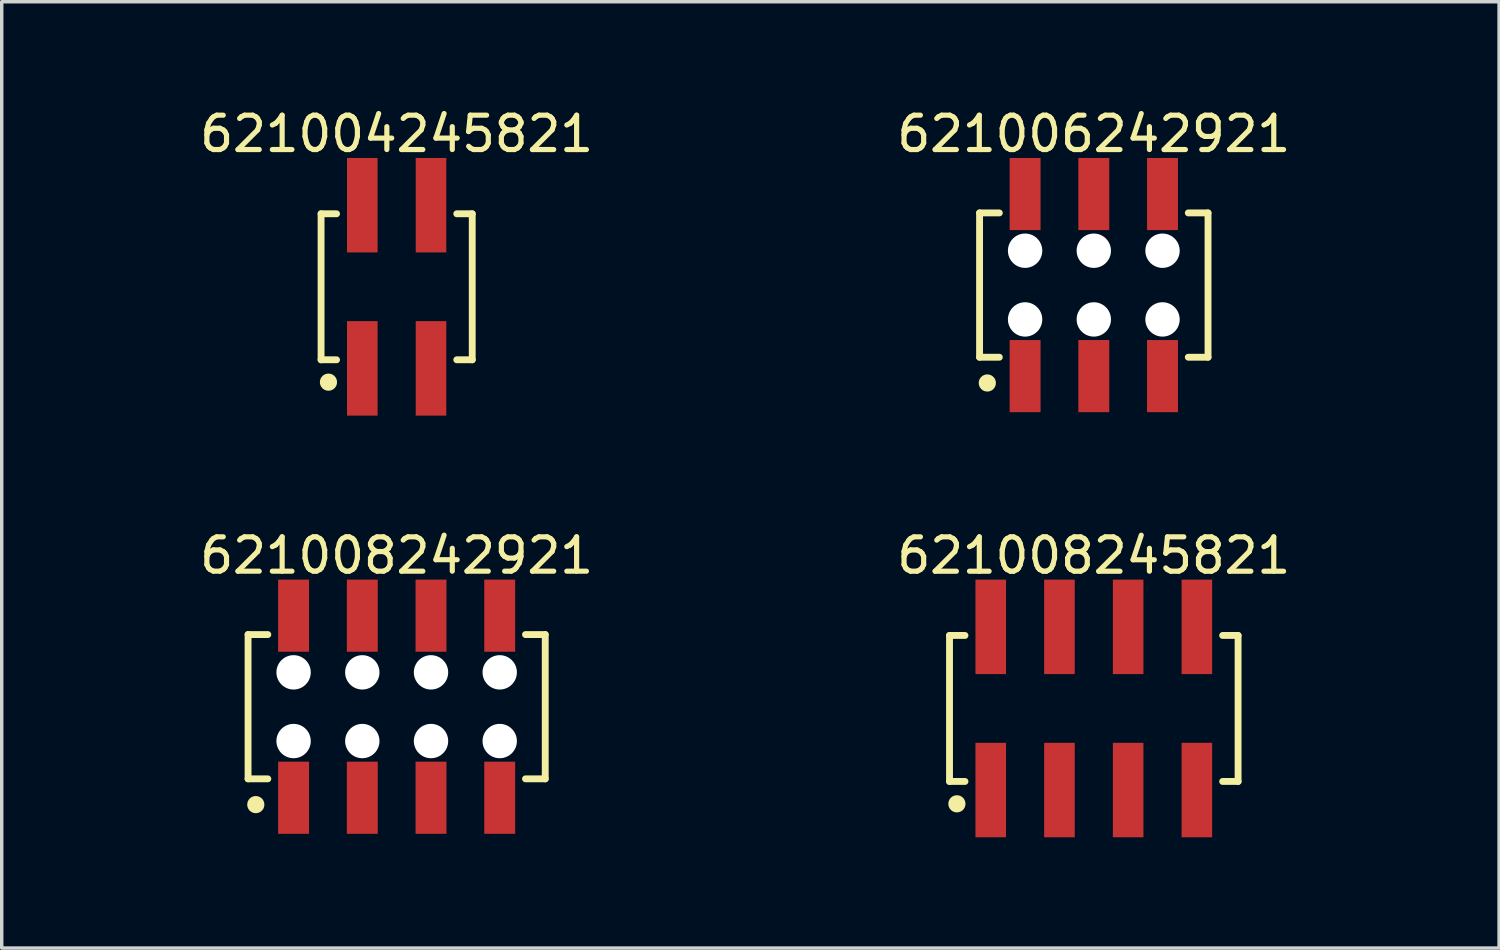
<source format=kicad_pcb>
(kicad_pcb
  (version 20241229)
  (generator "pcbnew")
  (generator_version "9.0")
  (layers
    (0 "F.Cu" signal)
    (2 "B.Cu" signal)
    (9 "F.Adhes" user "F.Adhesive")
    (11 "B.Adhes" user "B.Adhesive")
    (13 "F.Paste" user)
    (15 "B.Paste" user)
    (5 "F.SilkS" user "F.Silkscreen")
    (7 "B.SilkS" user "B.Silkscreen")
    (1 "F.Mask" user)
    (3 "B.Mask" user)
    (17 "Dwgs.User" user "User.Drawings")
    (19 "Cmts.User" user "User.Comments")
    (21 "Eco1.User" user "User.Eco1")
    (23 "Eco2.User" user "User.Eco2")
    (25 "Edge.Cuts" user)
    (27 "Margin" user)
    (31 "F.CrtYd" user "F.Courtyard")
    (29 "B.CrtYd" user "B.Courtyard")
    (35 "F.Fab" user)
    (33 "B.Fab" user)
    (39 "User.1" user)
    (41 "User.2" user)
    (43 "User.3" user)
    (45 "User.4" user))
  (footprint "621004245821"
    (layer "F.Cu")
    (at 8.496 5.298)
    (property "Reference" "621004245821" (at 0 -4.45 0) (layer "F.SilkS") (effects (font (size 1 1) (thickness 0.15))))
    (fp_line (start -2.2 -2.125) (end -1.75 -2.125) (stroke (width 0.2) (type solid)) (layer "F.SilkS"))
    (fp_line (start -2.2 2.125) (end -2.2 -2.125) (stroke (width 0.2) (type solid)) (layer "F.SilkS"))
    (fp_line (start -2.2 2.125) (end -1.75 2.125) (stroke (width 0.2) (type solid)) (layer "F.SilkS"))
    (fp_line (start 1.75 -2.125) (end 2.2 -2.125) (stroke (width 0.2) (type solid)) (layer "F.SilkS"))
    (fp_line (start 1.75 2.125) (end 2.2 2.125) (stroke (width 0.2) (type solid)) (layer "F.SilkS"))
    (fp_line (start 2.2 2.125) (end 2.2 -2.125) (stroke (width 0.2) (type solid)) (layer "F.SilkS"))
    (fp_circle (center -1.985 2.776) (end -1.985 2.651) (stroke (width 0.25) (type solid)) (fill no) (layer "F.SilkS"))
    (fp_line (start -2.4 -3.95) (end 2.4 -3.95) (stroke (width 0.05) (type solid)) (layer "Eco2.User"))
    (fp_line (start -2.4 3.95) (end -2.4 -3.95) (stroke (width 0.05) (type solid)) (layer "Eco2.User"))
    (fp_line (start -2.4 3.95) (end 2.4 3.95) (stroke (width 0.05) (type solid)) (layer "Eco2.User"))
    (fp_line (start -2 -2) (end 2 -2) (stroke (width 0.1) (type solid)) (layer "Eco2.User"))
    (fp_line (start -2 2) (end -2 -2) (stroke (width 0.1) (type solid)) (layer "Eco2.User"))
    (fp_line (start -2 2) (end 2 2) (stroke (width 0.1) (type solid)) (layer "Eco2.User"))
    (fp_line (start -1.25 -3.1) (end -0.75 -3.1) (stroke (width 0.1) (type solid)) (layer "Eco2.User"))
    (fp_line (start -1.25 -2) (end -1.25 -3.1) (stroke (width 0.1) (type solid)) (layer "Eco2.User"))
    (fp_line (start -1.25 3.1) (end -1.25 2) (stroke (width 0.1) (type solid)) (layer "Eco2.User"))
    (fp_line (start -1.25 3.1) (end -0.75 3.1) (stroke (width 0.1) (type solid)) (layer "Eco2.User"))
    (fp_line (start -0.75 -2) (end -0.75 -3.1) (stroke (width 0.1) (type solid)) (layer "Eco2.User"))
    (fp_line (start -0.75 3.1) (end -0.75 2) (stroke (width 0.1) (type solid)) (layer "Eco2.User"))
    (fp_line (start -0.5 0) (end 0.5 0) (stroke (width 0.05) (type solid)) (layer "Eco2.User"))
    (fp_line (start 0 0.5) (end 0 -0.5) (stroke (width 0.05) (type solid)) (layer "Eco2.User"))
    (fp_line (start 0.75 -3.1) (end 1.25 -3.1) (stroke (width 0.1) (type solid)) (layer "Eco2.User"))
    (fp_line (start 0.75 -2) (end 0.75 -3.1) (stroke (width 0.1) (type solid)) (layer "Eco2.User"))
    (fp_line (start 0.75 3.1) (end 0.75 2) (stroke (width 0.1) (type solid)) (layer "Eco2.User"))
    (fp_line (start 0.75 3.1) (end 1.25 3.1) (stroke (width 0.1) (type solid)) (layer "Eco2.User"))
    (fp_line (start 1.25 -2) (end 1.25 -3.1) (stroke (width 0.1) (type solid)) (layer "Eco2.User"))
    (fp_line (start 1.25 3.1) (end 1.25 2) (stroke (width 0.1) (type solid)) (layer "Eco2.User"))
    (fp_line (start 2 2) (end 2 -2) (stroke (width 0.1) (type solid)) (layer "Eco2.User"))
    (fp_line (start 2.4 3.95) (end 2.4 -3.95) (stroke (width 0.05) (type solid)) (layer "Eco2.User"))
    (fp_text user "${REFERENCE}" (at 0.15 -0.197 0) (unlocked yes) (layer "User.3") (effects (font (size 1.5 1.5) (thickness 0.15))))
    (pad "1" smd rect (at -1 2.375) (size 0.89 2.75) (layers "F.Cu" "F.Mask" "F.Paste"))
    (pad "2" smd rect (at -1 -2.375) (size 0.89 2.75) (layers "F.Cu" "F.Mask" "F.Paste"))
    (pad "3" smd rect (at 1 2.375) (size 0.89 2.75) (layers "F.Cu" "F.Mask" "F.Paste"))
    (pad "4" smd rect (at 1 -2.375) (size 0.89 2.75) (layers "F.Cu" "F.Mask" "F.Paste")))
  (footprint "621008242921"
    (layer "F.Cu")
    (at 8.496 17.521)
    (property "Reference" "621008242921" (at 0 -4.4 0) (layer "F.SilkS") (effects (font (size 1 1) (thickness 0.15))))
    (fp_line (start -4.325 -2.1) (end -3.75 -2.1) (stroke (width 0.2) (type solid)) (layer "F.SilkS"))
    (fp_line (start -4.325 2.1) (end -4.325 -2.1) (stroke (width 0.2) (type solid)) (layer "F.SilkS"))
    (fp_line (start -4.325 2.1) (end -3.75 2.1) (stroke (width 0.2) (type solid)) (layer "F.SilkS"))
    (fp_line (start 3.75 -2.1) (end 4.325 -2.1) (stroke (width 0.2) (type solid)) (layer "F.SilkS"))
    (fp_line (start 3.75 2.1) (end 4.325 2.1) (stroke (width 0.2) (type solid)) (layer "F.SilkS"))
    (fp_line (start 4.325 2.1) (end 4.325 -2.1) (stroke (width 0.2) (type solid)) (layer "F.SilkS"))
    (fp_circle (center -4.1 2.85) (end -4.1 2.725) (stroke (width 0.25) (type solid)) (fill no) (layer "F.SilkS"))
    (fp_line (start -4.525 -3.9) (end 4.525 -3.9) (stroke (width 0.05) (type solid)) (layer "Eco2.User"))
    (fp_line (start -4.525 3.9) (end -4.525 -3.9) (stroke (width 0.05) (type solid)) (layer "Eco2.User"))
    (fp_line (start -4.525 3.9) (end 4.525 3.9) (stroke (width 0.05) (type solid)) (layer "Eco2.User"))
    (fp_line (start -4.2 -2) (end 4.2 -2) (stroke (width 0.1) (type solid)) (layer "Eco2.User"))
    (fp_line (start -4.2 2) (end -4.2 -2) (stroke (width 0.1) (type solid)) (layer "Eco2.User"))
    (fp_line (start -4.2 2) (end 4.2 2) (stroke (width 0.1) (type solid)) (layer "Eco2.User"))
    (fp_line (start -3.25 -3.1) (end -2.75 -3.1) (stroke (width 0.1) (type solid)) (layer "Eco2.User"))
    (fp_line (start -3.25 -2) (end -3.25 -3.1) (stroke (width 0.1) (type solid)) (layer "Eco2.User"))
    (fp_line (start -3.25 3.1) (end -3.25 2) (stroke (width 0.1) (type solid)) (layer "Eco2.User"))
    (fp_line (start -3.25 3.1) (end -2.75 3.1) (stroke (width 0.1) (type solid)) (layer "Eco2.User"))
    (fp_line (start -2.75 -2) (end -2.75 -3.1) (stroke (width 0.1) (type solid)) (layer "Eco2.User"))
    (fp_line (start -2.75 3.1) (end -2.75 2) (stroke (width 0.1) (type solid)) (layer "Eco2.User"))
    (fp_line (start -1.25 -3.1) (end -0.75 -3.1) (stroke (width 0.1) (type solid)) (layer "Eco2.User"))
    (fp_line (start -1.25 -2) (end -1.25 -3.1) (stroke (width 0.1) (type solid)) (layer "Eco2.User"))
    (fp_line (start -1.25 3.1) (end -1.25 2) (stroke (width 0.1) (type solid)) (layer "Eco2.User"))
    (fp_line (start -1.25 3.1) (end -0.75 3.1) (stroke (width 0.1) (type solid)) (layer "Eco2.User"))
    (fp_line (start -0.75 -2) (end -0.75 -3.1) (stroke (width 0.1) (type solid)) (layer "Eco2.User"))
    (fp_line (start -0.75 3.1) (end -0.75 2) (stroke (width 0.1) (type solid)) (layer "Eco2.User"))
    (fp_line (start -0.5 0) (end 0.5 0) (stroke (width 0.05) (type solid)) (layer "Eco2.User"))
    (fp_line (start 0 0.5) (end 0 -0.5) (stroke (width 0.05) (type solid)) (layer "Eco2.User"))
    (fp_line (start 0.75 -3.1) (end 1.25 -3.1) (stroke (width 0.1) (type solid)) (layer "Eco2.User"))
    (fp_line (start 0.75 -2) (end 0.75 -3.1) (stroke (width 0.1) (type solid)) (layer "Eco2.User"))
    (fp_line (start 0.75 3.1) (end 0.75 2) (stroke (width 0.1) (type solid)) (layer "Eco2.User"))
    (fp_line (start 0.75 3.1) (end 1.25 3.1) (stroke (width 0.1) (type solid)) (layer "Eco2.User"))
    (fp_line (start 1.25 -2) (end 1.25 -3.1) (stroke (width 0.1) (type solid)) (layer "Eco2.User"))
    (fp_line (start 1.25 3.1) (end 1.25 2) (stroke (width 0.1) (type solid)) (layer "Eco2.User"))
    (fp_line (start 2.75 -3.1) (end 3.25 -3.1) (stroke (width 0.1) (type solid)) (layer "Eco2.User"))
    (fp_line (start 2.75 -2) (end 2.75 -3.1) (stroke (width 0.1) (type solid)) (layer "Eco2.User"))
    (fp_line (start 2.75 3.1) (end 2.75 2) (stroke (width 0.1) (type solid)) (layer "Eco2.User"))
    (fp_line (start 2.75 3.1) (end 3.25 3.1) (stroke (width 0.1) (type solid)) (layer "Eco2.User"))
    (fp_line (start 3.25 -2) (end 3.25 -3.1) (stroke (width 0.1) (type solid)) (layer "Eco2.User"))
    (fp_line (start 3.25 3.1) (end 3.25 2) (stroke (width 0.1) (type solid)) (layer "Eco2.User"))
    (fp_line (start 4.2 2) (end 4.2 -2) (stroke (width 0.1) (type solid)) (layer "Eco2.User"))
    (fp_line (start 4.525 3.9) (end 4.525 -3.9) (stroke (width 0.05) (type solid)) (layer "Eco2.User"))
    (fp_text user "${REFERENCE}" (at 0.15 -0.197 0) (unlocked yes) (layer "User.3") (effects (font (size 1.5 1.5) (thickness 0.15))))
    (pad "" np_thru_hole circle (at -3 -1) (size 1 1) (drill 1) (layers "*.Cu" "*.Mask"))
    (pad "" np_thru_hole circle (at -3 1) (size 1 1) (drill 1) (layers "*.Cu" "*.Mask"))
    (pad "" np_thru_hole circle (at -1 -1) (size 1 1) (drill 1) (layers "*.Cu" "*.Mask"))
    (pad "" np_thru_hole circle (at -1 1) (size 1 1) (drill 1) (layers "*.Cu" "*.Mask"))
    (pad "" np_thru_hole circle (at 1 -1) (size 1 1) (drill 1) (layers "*.Cu" "*.Mask"))
    (pad "" np_thru_hole circle (at 1 1) (size 1 1) (drill 1) (layers "*.Cu" "*.Mask"))
    (pad "" np_thru_hole circle (at 3 -1) (size 1 1) (drill 1) (layers "*.Cu" "*.Mask"))
    (pad "" np_thru_hole circle (at 3 1) (size 1 1) (drill 1) (layers "*.Cu" "*.Mask"))
    (pad "1" smd rect (at -3 2.65) (size 0.9 2.1) (layers "F.Cu" "F.Mask" "F.Paste"))
    (pad "2" smd rect (at -3 -2.65) (size 0.9 2.1) (layers "F.Cu" "F.Mask" "F.Paste"))
    (pad "3" smd rect (at -1 2.65) (size 0.9 2.1) (layers "F.Cu" "F.Mask" "F.Paste"))
    (pad "4" smd rect (at -1 -2.65) (size 0.9 2.1) (layers "F.Cu" "F.Mask" "F.Paste"))
    (pad "5" smd rect (at 1 2.65) (size 0.9 2.1) (layers "F.Cu" "F.Mask" "F.Paste"))
    (pad "6" smd rect (at 1 -2.65) (size 0.9 2.1) (layers "F.Cu" "F.Mask" "F.Paste"))
    (pad "7" smd rect (at 3 2.65) (size 0.9 2.1) (layers "F.Cu" "F.Mask" "F.Paste"))
    (pad "8" smd rect (at 3 -2.65) (size 0.9 2.1) (layers "F.Cu" "F.Mask" "F.Paste")))
  (footprint "621008245821"
    (layer "F.Cu")
    (at 28.789 17.572)
    (property "Reference" "621008245821" (at 0 -4.45 0) (layer "F.SilkS") (effects (font (size 1 1) (thickness 0.15))))
    (fp_line (start -4.2 -2.125) (end -3.75 -2.125) (stroke (width 0.2) (type solid)) (layer "F.SilkS"))
    (fp_line (start -4.2 2.125) (end -4.2 -2.125) (stroke (width 0.2) (type solid)) (layer "F.SilkS"))
    (fp_line (start -4.2 2.125) (end -3.75 2.125) (stroke (width 0.2) (type solid)) (layer "F.SilkS"))
    (fp_line (start 3.75 -2.125) (end 4.2 -2.125) (stroke (width 0.2) (type solid)) (layer "F.SilkS"))
    (fp_line (start 3.75 2.125) (end 4.2 2.125) (stroke (width 0.2) (type solid)) (layer "F.SilkS"))
    (fp_line (start 4.2 2.125) (end 4.2 -2.125) (stroke (width 0.2) (type solid)) (layer "F.SilkS"))
    (fp_circle (center -3.985 2.776) (end -3.985 2.651) (stroke (width 0.25) (type solid)) (fill no) (layer "F.SilkS"))
    (fp_line (start -4.4 -3.95) (end 4.4 -3.95) (stroke (width 0.05) (type solid)) (layer "Eco2.User"))
    (fp_line (start -4.4 3.95) (end -4.4 -3.95) (stroke (width 0.05) (type solid)) (layer "Eco2.User"))
    (fp_line (start -4.4 3.95) (end 4.4 3.95) (stroke (width 0.05) (type solid)) (layer "Eco2.User"))
    (fp_line (start -4 -2) (end 4 -2) (stroke (width 0.1) (type solid)) (layer "Eco2.User"))
    (fp_line (start -4 2) (end -4 -2) (stroke (width 0.1) (type solid)) (layer "Eco2.User"))
    (fp_line (start -4 2) (end 4 2) (stroke (width 0.1) (type solid)) (layer "Eco2.User"))
    (fp_line (start -3.25 -3.1) (end -2.75 -3.1) (stroke (width 0.1) (type solid)) (layer "Eco2.User"))
    (fp_line (start -3.25 -2) (end -3.25 -3.1) (stroke (width 0.1) (type solid)) (layer "Eco2.User"))
    (fp_line (start -3.25 3.1) (end -3.25 2) (stroke (width 0.1) (type solid)) (layer "Eco2.User"))
    (fp_line (start -3.25 3.1) (end -2.75 3.1) (stroke (width 0.1) (type solid)) (layer "Eco2.User"))
    (fp_line (start -2.75 -2) (end -2.75 -3.1) (stroke (width 0.1) (type solid)) (layer "Eco2.User"))
    (fp_line (start -2.75 3.1) (end -2.75 2) (stroke (width 0.1) (type solid)) (layer "Eco2.User"))
    (fp_line (start -1.25 -3.1) (end -0.75 -3.1) (stroke (width 0.1) (type solid)) (layer "Eco2.User"))
    (fp_line (start -1.25 -2) (end -1.25 -3.1) (stroke (width 0.1) (type solid)) (layer "Eco2.User"))
    (fp_line (start -1.25 3.1) (end -1.25 2) (stroke (width 0.1) (type solid)) (layer "Eco2.User"))
    (fp_line (start -1.25 3.1) (end -0.75 3.1) (stroke (width 0.1) (type solid)) (layer "Eco2.User"))
    (fp_line (start -0.75 -2) (end -0.75 -3.1) (stroke (width 0.1) (type solid)) (layer "Eco2.User"))
    (fp_line (start -0.75 3.1) (end -0.75 2) (stroke (width 0.1) (type solid)) (layer "Eco2.User"))
    (fp_line (start -0.5 0) (end 0.5 0) (stroke (width 0.05) (type solid)) (layer "Eco2.User"))
    (fp_line (start 0 0.5) (end 0 -0.5) (stroke (width 0.05) (type solid)) (layer "Eco2.User"))
    (fp_line (start 0.75 -3.1) (end 1.25 -3.1) (stroke (width 0.1) (type solid)) (layer "Eco2.User"))
    (fp_line (start 0.75 -2) (end 0.75 -3.1) (stroke (width 0.1) (type solid)) (layer "Eco2.User"))
    (fp_line (start 0.75 3.1) (end 0.75 2) (stroke (width 0.1) (type solid)) (layer "Eco2.User"))
    (fp_line (start 0.75 3.1) (end 1.25 3.1) (stroke (width 0.1) (type solid)) (layer "Eco2.User"))
    (fp_line (start 1.25 -2) (end 1.25 -3.1) (stroke (width 0.1) (type solid)) (layer "Eco2.User"))
    (fp_line (start 1.25 3.1) (end 1.25 2) (stroke (width 0.1) (type solid)) (layer "Eco2.User"))
    (fp_line (start 2.75 -3.1) (end 3.25 -3.1) (stroke (width 0.1) (type solid)) (layer "Eco2.User"))
    (fp_line (start 2.75 -2) (end 2.75 -3.1) (stroke (width 0.1) (type solid)) (layer "Eco2.User"))
    (fp_line (start 2.75 3.1) (end 2.75 2) (stroke (width 0.1) (type solid)) (layer "Eco2.User"))
    (fp_line (start 2.75 3.1) (end 3.25 3.1) (stroke (width 0.1) (type solid)) (layer "Eco2.User"))
    (fp_line (start 3.25 -2) (end 3.25 -3.1) (stroke (width 0.1) (type solid)) (layer "Eco2.User"))
    (fp_line (start 3.25 3.1) (end 3.25 2) (stroke (width 0.1) (type solid)) (layer "Eco2.User"))
    (fp_line (start 4 2) (end 4 -2) (stroke (width 0.1) (type solid)) (layer "Eco2.User"))
    (fp_line (start 4.4 3.95) (end 4.4 -3.95) (stroke (width 0.05) (type solid)) (layer "Eco2.User"))
    (fp_text user "${REFERENCE}" (at 0.15 -0.197 0) (unlocked yes) (layer "User.3") (effects (font (size 1.5 1.5) (thickness 0.15))))
    (pad "1" smd rect (at -3 2.375) (size 0.89 2.75) (layers "F.Cu" "F.Mask" "F.Paste"))
    (pad "2" smd rect (at -3 -2.375) (size 0.89 2.75) (layers "F.Cu" "F.Mask" "F.Paste"))
    (pad "3" smd rect (at -1 2.375) (size 0.89 2.75) (layers "F.Cu" "F.Mask" "F.Paste"))
    (pad "4" smd rect (at -1 -2.375) (size 0.89 2.75) (layers "F.Cu" "F.Mask" "F.Paste"))
    (pad "5" smd rect (at 1 2.375) (size 0.89 2.75) (layers "F.Cu" "F.Mask" "F.Paste"))
    (pad "6" smd rect (at 1 -2.375) (size 0.89 2.75) (layers "F.Cu" "F.Mask" "F.Paste"))
    (pad "7" smd rect (at 3 2.375) (size 0.89 2.75) (layers "F.Cu" "F.Mask" "F.Paste"))
    (pad "8" smd rect (at 3 -2.375) (size 0.89 2.75) (layers "F.Cu" "F.Mask" "F.Paste")))
  (footprint "621006242921"
    (layer "F.Cu")
    (at 28.789 5.248)
    (property "Reference" "621006242921" (at 0 -4.4 0) (layer "F.SilkS") (effects (font (size 1 1) (thickness 0.15))))
    (fp_line (start -3.325 -2.1) (end -2.75 -2.1) (stroke (width 0.2) (type solid)) (layer "F.SilkS"))
    (fp_line (start -3.325 2.1) (end -3.325 -2.1) (stroke (width 0.2) (type solid)) (layer "F.SilkS"))
    (fp_line (start -3.325 2.1) (end -2.75 2.1) (stroke (width 0.2) (type solid)) (layer "F.SilkS"))
    (fp_line (start 2.75 -2.1) (end 3.325 -2.1) (stroke (width 0.2) (type solid)) (layer "F.SilkS"))
    (fp_line (start 2.75 2.1) (end 3.325 2.1) (stroke (width 0.2) (type solid)) (layer "F.SilkS"))
    (fp_line (start 3.325 2.1) (end 3.325 -2.1) (stroke (width 0.2) (type solid)) (layer "F.SilkS"))
    (fp_circle (center -3.1 2.85) (end -3.1 2.725) (stroke (width 0.25) (type solid)) (fill no) (layer "F.SilkS"))
    (fp_line (start -3.525 -3.9) (end 3.525 -3.9) (stroke (width 0.05) (type solid)) (layer "Eco2.User"))
    (fp_line (start -3.525 3.9) (end -3.525 -3.9) (stroke (width 0.05) (type solid)) (layer "Eco2.User"))
    (fp_line (start -3.525 3.9) (end 3.525 3.9) (stroke (width 0.05) (type solid)) (layer "Eco2.User"))
    (fp_line (start -3.2 -2) (end 3.2 -2) (stroke (width 0.1) (type solid)) (layer "Eco2.User"))
    (fp_line (start -3.2 2) (end -3.2 -2) (stroke (width 0.1) (type solid)) (layer "Eco2.User"))
    (fp_line (start -3.2 2) (end 3.2 2) (stroke (width 0.1) (type solid)) (layer "Eco2.User"))
    (fp_line (start -2.25 -3.1) (end -1.75 -3.1) (stroke (width 0.1) (type solid)) (layer "Eco2.User"))
    (fp_line (start -2.25 -2) (end -2.25 -3.1) (stroke (width 0.1) (type solid)) (layer "Eco2.User"))
    (fp_line (start -2.25 3.1) (end -2.25 2) (stroke (width 0.1) (type solid)) (layer "Eco2.User"))
    (fp_line (start -2.25 3.1) (end -1.75 3.1) (stroke (width 0.1) (type solid)) (layer "Eco2.User"))
    (fp_line (start -1.75 -2) (end -1.75 -3.1) (stroke (width 0.1) (type solid)) (layer "Eco2.User"))
    (fp_line (start -1.75 3.1) (end -1.75 2) (stroke (width 0.1) (type solid)) (layer "Eco2.User"))
    (fp_line (start -0.5 0) (end 0.5 0) (stroke (width 0.05) (type solid)) (layer "Eco2.User"))
    (fp_line (start -0.25 -3.1) (end 0.25 -3.1) (stroke (width 0.1) (type solid)) (layer "Eco2.User"))
    (fp_line (start -0.25 -2) (end -0.25 -3.1) (stroke (width 0.1) (type solid)) (layer "Eco2.User"))
    (fp_line (start -0.25 3.1) (end -0.25 2) (stroke (width 0.1) (type solid)) (layer "Eco2.User"))
    (fp_line (start -0.25 3.1) (end 0.25 3.1) (stroke (width 0.1) (type solid)) (layer "Eco2.User"))
    (fp_line (start 0 0.5) (end 0 -0.5) (stroke (width 0.05) (type solid)) (layer "Eco2.User"))
    (fp_line (start 0.25 -2) (end 0.25 -3.1) (stroke (width 0.1) (type solid)) (layer "Eco2.User"))
    (fp_line (start 0.25 3.1) (end 0.25 2) (stroke (width 0.1) (type solid)) (layer "Eco2.User"))
    (fp_line (start 1.75 -3.1) (end 2.25 -3.1) (stroke (width 0.1) (type solid)) (layer "Eco2.User"))
    (fp_line (start 1.75 -2) (end 1.75 -3.1) (stroke (width 0.1) (type solid)) (layer "Eco2.User"))
    (fp_line (start 1.75 3.1) (end 1.75 2) (stroke (width 0.1) (type solid)) (layer "Eco2.User"))
    (fp_line (start 1.75 3.1) (end 2.25 3.1) (stroke (width 0.1) (type solid)) (layer "Eco2.User"))
    (fp_line (start 2.25 -2) (end 2.25 -3.1) (stroke (width 0.1) (type solid)) (layer "Eco2.User"))
    (fp_line (start 2.25 3.1) (end 2.25 2) (stroke (width 0.1) (type solid)) (layer "Eco2.User"))
    (fp_line (start 3.2 2) (end 3.2 -2) (stroke (width 0.1) (type solid)) (layer "Eco2.User"))
    (fp_line (start 3.525 3.9) (end 3.525 -3.9) (stroke (width 0.05) (type solid)) (layer "Eco2.User"))
    (fp_text user "${REFERENCE}" (at 0.15 -0.197 0) (unlocked yes) (layer "User.3") (effects (font (size 1.5 1.5) (thickness 0.15))))
    (pad "" np_thru_hole circle (at -2 -1) (size 1 1) (drill 1) (layers "*.Cu" "*.Mask"))
    (pad "" np_thru_hole circle (at -2 1) (size 1 1) (drill 1) (layers "*.Cu" "*.Mask"))
    (pad "" np_thru_hole circle (at 0 -1) (size 1 1) (drill 1) (layers "*.Cu" "*.Mask"))
    (pad "" np_thru_hole circle (at 0 1) (size 1 1) (drill 1) (layers "*.Cu" "*.Mask"))
    (pad "" np_thru_hole circle (at 2 -1) (size 1 1) (drill 1) (layers "*.Cu" "*.Mask"))
    (pad "" np_thru_hole circle (at 2 1) (size 1 1) (drill 1) (layers "*.Cu" "*.Mask"))
    (pad "1" smd rect (at -2 2.65) (size 0.9 2.1) (layers "F.Cu" "F.Mask" "F.Paste"))
    (pad "2" smd rect (at -2 -2.65) (size 0.9 2.1) (layers "F.Cu" "F.Mask" "F.Paste"))
    (pad "3" smd rect (at 0 2.65) (size 0.9 2.1) (layers "F.Cu" "F.Mask" "F.Paste"))
    (pad "4" smd rect (at 0 -2.65) (size 0.9 2.1) (layers "F.Cu" "F.Mask" "F.Paste"))
    (pad "5" smd rect (at 2 2.65) (size 0.9 2.1) (layers "F.Cu" "F.Mask" "F.Paste"))
    (pad "6" smd rect (at 2 -2.65) (size 0.9 2.1) (layers "F.Cu" "F.Mask" "F.Paste")))
  (gr_rect
    (start -3 -3)
    (end 40.586 24.547)
    (stroke (width 0.1) (type default))
    (fill no)
    (layer "Edge.Cuts")))
</source>
